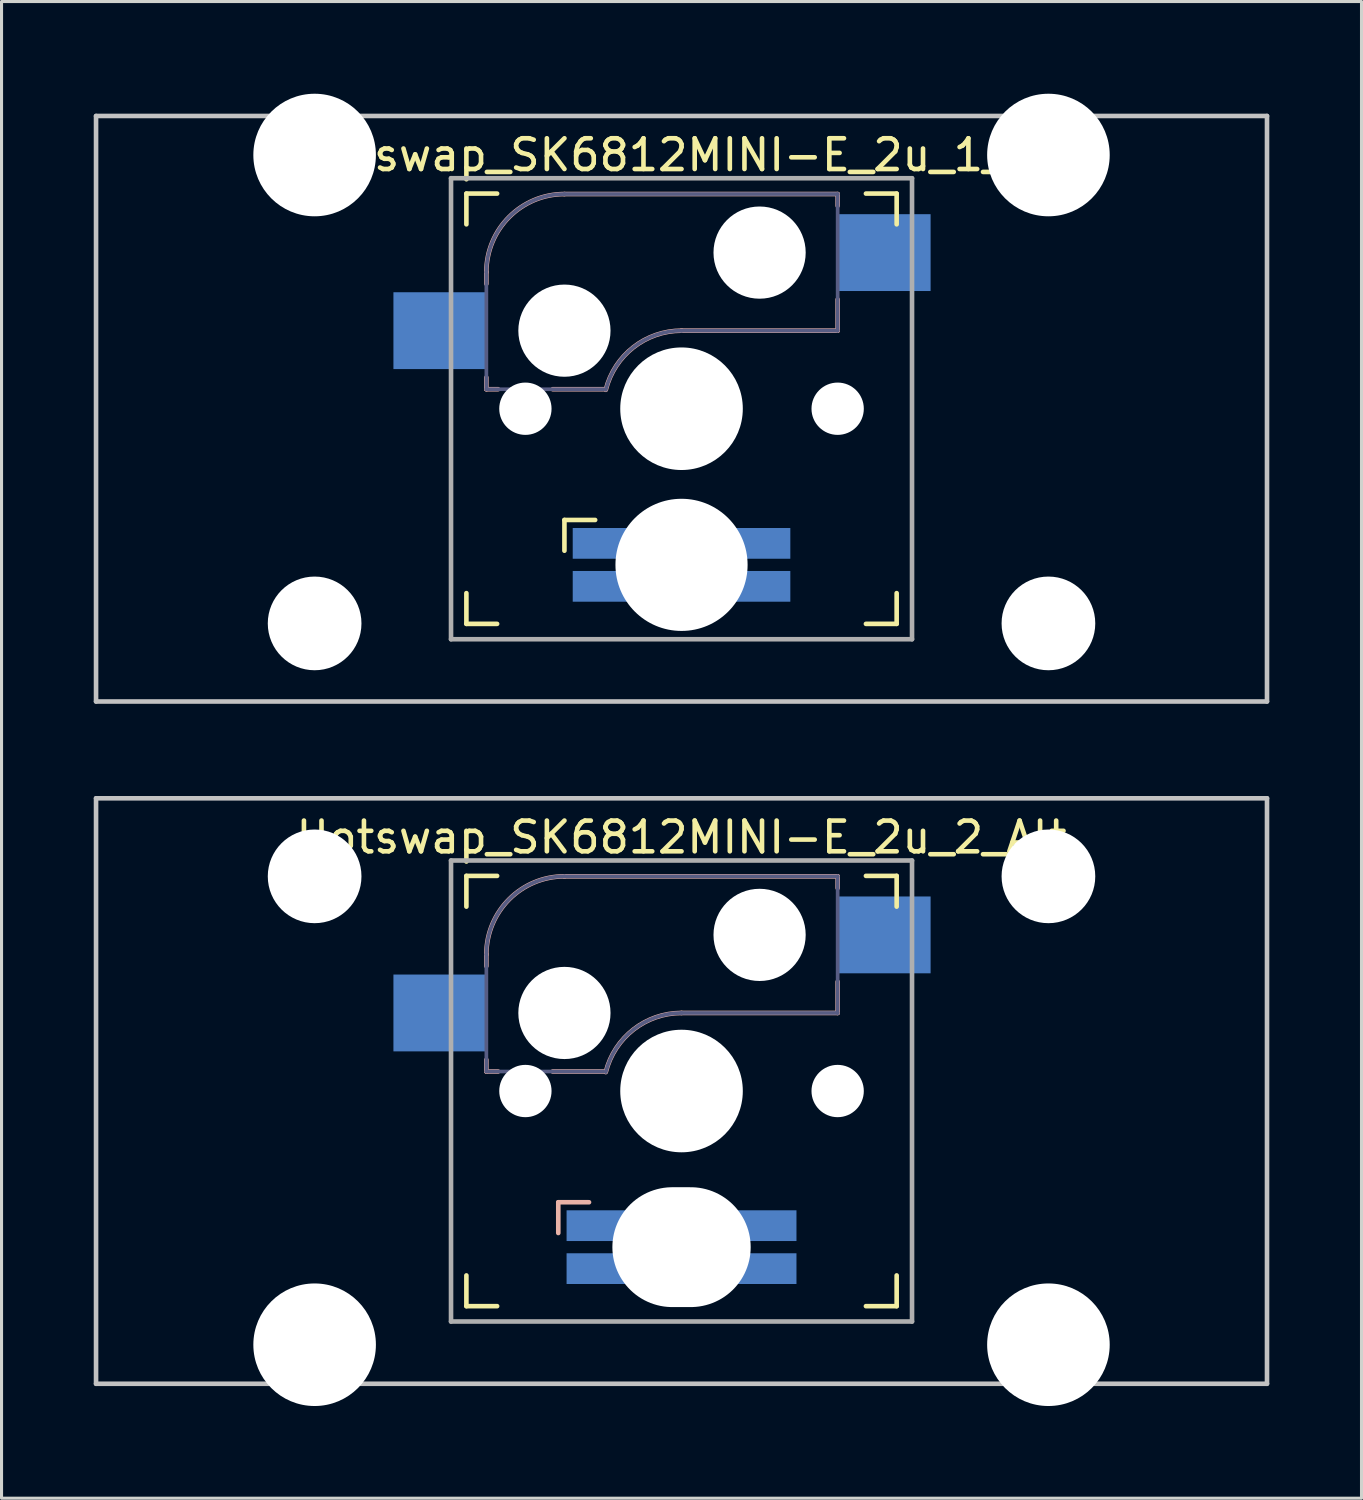
<source format=kicad_pcb>
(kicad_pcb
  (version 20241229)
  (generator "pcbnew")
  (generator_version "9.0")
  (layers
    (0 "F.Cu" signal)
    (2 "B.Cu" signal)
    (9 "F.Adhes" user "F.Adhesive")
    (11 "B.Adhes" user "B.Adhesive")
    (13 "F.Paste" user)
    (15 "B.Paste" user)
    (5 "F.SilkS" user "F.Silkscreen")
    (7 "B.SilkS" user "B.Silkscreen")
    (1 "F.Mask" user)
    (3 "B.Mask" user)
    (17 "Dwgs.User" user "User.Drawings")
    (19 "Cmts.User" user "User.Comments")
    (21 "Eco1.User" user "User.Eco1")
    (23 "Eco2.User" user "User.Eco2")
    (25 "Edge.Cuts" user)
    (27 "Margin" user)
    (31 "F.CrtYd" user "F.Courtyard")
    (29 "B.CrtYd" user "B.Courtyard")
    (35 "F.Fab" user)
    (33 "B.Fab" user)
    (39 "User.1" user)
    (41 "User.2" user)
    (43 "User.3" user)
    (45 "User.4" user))
  (footprint "Hotswap_SK6812MINI-E_2u_1_Alt"
    (layer "F.Cu")
    (at 19.125 10.249)
    (property "Reference" "Hotswap_SK6812MINI-E_2u_1_Alt" (at 0 -8.255 0) (layer "F.SilkS") (effects (font (size 1 1) (thickness 0.15))))
    (attr through_hole)
    (fp_line (start -7 -6) (end -7 -7) (stroke (width 0.15) (type solid)) (layer "F.SilkS"))
    (fp_line (start -7 7) (end -7 6) (stroke (width 0.15) (type solid)) (layer "F.SilkS"))
    (fp_line (start -7 7) (end -6 7) (stroke (width 0.15) (type solid)) (layer "F.SilkS"))
    (fp_line (start -6 -7) (end -7 -7) (stroke (width 0.15) (type solid)) (layer "F.SilkS"))
    (fp_line (start -3.81 4.62) (end -3.81 3.619) (stroke (width 0.15) (type solid)) (layer "F.SilkS"))
    (fp_line (start -2.81 3.619) (end -3.81 3.619) (stroke (width 0.15) (type solid)) (layer "F.SilkS"))
    (fp_line (start 6 7) (end 7 7) (stroke (width 0.15) (type solid)) (layer "F.SilkS"))
    (fp_line (start 7 -7) (end 6 -7) (stroke (width 0.15) (type solid)) (layer "F.SilkS"))
    (fp_line (start 7 -7) (end 7 -6) (stroke (width 0.15) (type solid)) (layer "F.SilkS"))
    (fp_line (start 7 6) (end 7 7) (stroke (width 0.15) (type solid)) (layer "F.SilkS"))
    (fp_line (start -6.35 -4.445) (end -6.35 -4.064) (stroke (width 0.15) (type solid)) (layer "B.SilkS"))
    (fp_line (start -6.35 -1.016) (end -6.35 -0.635) (stroke (width 0.15) (type solid)) (layer "B.SilkS"))
    (fp_line (start -6.35 -0.635) (end -5.969 -0.635) (stroke (width 0.15) (type solid)) (layer "B.SilkS"))
    (fp_line (start -4.191 -0.635) (end -2.54 -0.635) (stroke (width 0.15) (type solid)) (layer "B.SilkS"))
    (fp_line (start 0 -2.54) (end 5.08 -2.54) (stroke (width 0.15) (type solid)) (layer "B.SilkS"))
    (fp_line (start 5.08 -6.985) (end -3.81 -6.985) (stroke (width 0.15) (type solid)) (layer "B.SilkS"))
    (fp_line (start 5.08 -6.604) (end 5.08 -6.985) (stroke (width 0.15) (type solid)) (layer "B.SilkS"))
    (fp_line (start 5.08 -2.54) (end 5.08 -3.556) (stroke (width 0.15) (type solid)) (layer "B.SilkS"))
    (fp_arc (start -6.35 -4.445) (mid -5.606051 -6.241051) (end -3.81 -6.985) (stroke (width 0.15) (type solid)) (layer "B.SilkS"))
    (fp_arc (start -2.464162 -0.61604) (mid -1.563147 -2.002042) (end 0 -2.54) (stroke (width 0.15) (type solid)) (layer "B.SilkS"))
    (fp_line (start -19.05 -9.525) (end 19.05 -9.525) (stroke (width 0.15) (type solid)) (layer "Dwgs.User"))
    (fp_line (start -19.05 9.525) (end -19.05 -9.525) (stroke (width 0.15) (type solid)) (layer "Dwgs.User"))
    (fp_line (start 19.05 -9.525) (end 19.05 9.525) (stroke (width 0.15) (type solid)) (layer "Dwgs.User"))
    (fp_line (start 19.05 9.525) (end -19.05 9.525) (stroke (width 0.15) (type solid)) (layer "Dwgs.User"))
    (fp_line (start -13.589 -6.096) (end -13.589 5.334) (stroke (width 0.152) (type solid)) (layer "Eco2.User"))
    (fp_line (start -13.589 5.334) (end -10.287 5.334) (stroke (width 0.152) (type solid)) (layer "Eco2.User"))
    (fp_line (start -10.287 -6.096) (end -13.589 -6.096) (stroke (width 0.152) (type solid)) (layer "Eco2.User"))
    (fp_line (start -10.287 5.334) (end -10.287 -6.096) (stroke (width 0.152) (type solid)) (layer "Eco2.User"))
    (fp_line (start -6.9 6.9) (end -6.9 -6.9) (stroke (width 0.15) (type solid)) (layer "Eco2.User"))
    (fp_line (start -6.9 6.9) (end 6.9 6.9) (stroke (width 0.15) (type solid)) (layer "Eco2.User"))
    (fp_line (start 6.9 -6.9) (end -6.9 -6.9) (stroke (width 0.15) (type solid)) (layer "Eco2.User"))
    (fp_line (start 6.9 -6.9) (end 6.9 6.9) (stroke (width 0.15) (type solid)) (layer "Eco2.User"))
    (fp_line (start 10.287 -6.096) (end 10.287 5.334) (stroke (width 0.152) (type solid)) (layer "Eco2.User"))
    (fp_line (start 10.287 5.334) (end 13.589 5.334) (stroke (width 0.152) (type solid)) (layer "Eco2.User"))
    (fp_line (start 13.589 -6.096) (end 10.287 -6.096) (stroke (width 0.152) (type solid)) (layer "Eco2.User"))
    (fp_line (start 13.589 5.334) (end 13.589 -6.096) (stroke (width 0.152) (type solid)) (layer "Eco2.User"))
    (fp_line (start -6.35 -4.445) (end -6.35 -0.635) (stroke (width 0.12) (type solid)) (layer "B.Fab"))
    (fp_line (start -6.35 -0.635) (end -2.54 -0.635) (stroke (width 0.12) (type solid)) (layer "B.Fab"))
    (fp_line (start 0 -2.54) (end 5.08 -2.54) (stroke (width 0.12) (type solid)) (layer "B.Fab"))
    (fp_line (start 5.08 -6.985) (end -3.81 -6.985) (stroke (width 0.12) (type solid)) (layer "B.Fab"))
    (fp_line (start 5.08 -2.54) (end 5.08 -6.985) (stroke (width 0.12) (type solid)) (layer "B.Fab"))
    (fp_arc (start -6.35 -4.445) (mid -5.606051 -6.241051) (end -3.81 -6.985) (stroke (width 0.12) (type solid)) (layer "B.Fab"))
    (fp_arc (start -2.464162 -0.61604) (mid -1.563147 -2.002042) (end 0 -2.54) (stroke (width 0.12) (type solid)) (layer "B.Fab"))
    (fp_line (start -7.5 -7.5) (end 7.5 -7.5) (stroke (width 0.15) (type solid)) (layer "F.Fab"))
    (fp_line (start -7.5 7.5) (end -7.5 -7.5) (stroke (width 0.15) (type solid)) (layer "F.Fab"))
    (fp_line (start 7.5 -7.5) (end 7.5 7.5) (stroke (width 0.15) (type solid)) (layer "F.Fab"))
    (fp_line (start 7.5 7.5) (end -7.5 7.5) (stroke (width 0.15) (type solid)) (layer "F.Fab"))
    (pad "" np_thru_hole circle (at -11.938 -8.255 180) (size 3.988 3.988) (drill 3.988) (layers "*.Cu" "*.Mask"))
    (pad "" np_thru_hole circle (at -11.938 6.985 180) (size 3.048 3.048) (drill 3.048) (layers "*.Cu" "*.Mask"))
    (pad "" np_thru_hole circle (at -5.08 0 180) (size 1.702 1.702) (drill 1.702) (layers "*.Cu" "*.Mask"))
    (pad "" np_thru_hole circle (at -3.81 -2.54 180) (size 3 3) (drill 3) (layers "*.Cu" "*.Mask"))
    (pad "" np_thru_hole circle (at 0 0 180) (size 3.988 3.988) (drill 3.988) (layers "*.Cu" "*.Mask"))
    (pad "" np_thru_hole circle (at 0 5.08 180) (size 4.3 4.3) (drill 4.3) (layers "*.Cu" "*.Mask"))
    (pad "" np_thru_hole circle (at 2.54 -5.08 180) (size 3 3) (drill 3) (layers "*.Cu" "*.Mask"))
    (pad "" np_thru_hole circle (at 5.08 0 180) (size 1.702 1.702) (drill 1.702) (layers "*.Cu" "*.Mask"))
    (pad "" np_thru_hole circle (at 11.938 -8.255 180) (size 3.988 3.988) (drill 3.988) (layers "*.Cu" "*.Mask"))
    (pad "" np_thru_hole circle (at 11.938 6.985 180) (size 3.048 3.048) (drill 3.048) (layers "*.Cu" "*.Mask"))
    (pad "1" smd rect (at -7.874 -2.54 180) (size 3 2.5) (layers "B.Cu" "B.Mask"))
    (pad "2" smd rect (at 6.604 -5.08 180) (size 3 2.5) (layers "B.Cu" "B.Mask"))
    (pad "DIN" smd rect (at -2.54 5.779 270) (size 1 2) (layers "B.Cu" "B.Mask"))
    (pad "DOUT" smd rect (at 2.54 4.381 270) (size 1 2) (layers "B.Cu" "B.Mask"))
    (pad "GND" smd rect (at -2.54 4.381 270) (size 1 2) (layers "B.Cu" "B.Mask"))
    (pad "VDD" smd rect (at 2.54 5.779 270) (size 1 2) (layers "B.Cu" "B.Mask")))
  (footprint "Hotswap_SK6812MINI-E_2u_2_Alt"
    (layer "F.Cu")
    (at 19.125 32.449)
    (property "Reference" "Hotswap_SK6812MINI-E_2u_2_Alt" (at 0 -8.255 0) (layer "F.SilkS") (effects (font (size 1 1) (thickness 0.15))))
    (attr through_hole)
    (fp_line (start -7 -6) (end -7 -7) (stroke (width 0.15) (type solid)) (layer "F.SilkS"))
    (fp_line (start -7 7) (end -7 6) (stroke (width 0.15) (type solid)) (layer "F.SilkS"))
    (fp_line (start -7 7) (end -6 7) (stroke (width 0.15) (type solid)) (layer "F.SilkS"))
    (fp_line (start -6 -7) (end -7 -7) (stroke (width 0.15) (type solid)) (layer "F.SilkS"))
    (fp_line (start 6 7) (end 7 7) (stroke (width 0.15) (type solid)) (layer "F.SilkS"))
    (fp_line (start 7 -7) (end 6 -7) (stroke (width 0.15) (type solid)) (layer "F.SilkS"))
    (fp_line (start 7 -7) (end 7 -6) (stroke (width 0.15) (type solid)) (layer "F.SilkS"))
    (fp_line (start 7 6) (end 7 7) (stroke (width 0.15) (type solid)) (layer "F.SilkS"))
    (fp_line (start -6.35 -4.445) (end -6.35 -4.064) (stroke (width 0.15) (type solid)) (layer "B.SilkS"))
    (fp_line (start -6.35 -1.016) (end -6.35 -0.635) (stroke (width 0.15) (type solid)) (layer "B.SilkS"))
    (fp_line (start -6.35 -0.635) (end -5.969 -0.635) (stroke (width 0.15) (type solid)) (layer "B.SilkS"))
    (fp_line (start -4.191 -0.635) (end -2.54 -0.635) (stroke (width 0.15) (type solid)) (layer "B.SilkS"))
    (fp_line (start -4.01 4.62) (end -4.01 3.619) (stroke (width 0.15) (type solid)) (layer "B.SilkS"))
    (fp_line (start -3.01 3.619) (end -4.01 3.619) (stroke (width 0.15) (type solid)) (layer "B.SilkS"))
    (fp_line (start 0 -2.54) (end 5.08 -2.54) (stroke (width 0.15) (type solid)) (layer "B.SilkS"))
    (fp_line (start 5.08 -6.985) (end -3.81 -6.985) (stroke (width 0.15) (type solid)) (layer "B.SilkS"))
    (fp_line (start 5.08 -6.604) (end 5.08 -6.985) (stroke (width 0.15) (type solid)) (layer "B.SilkS"))
    (fp_line (start 5.08 -2.54) (end 5.08 -3.556) (stroke (width 0.15) (type solid)) (layer "B.SilkS"))
    (fp_arc (start -6.35 -4.445) (mid -5.606051 -6.241051) (end -3.81 -6.985) (stroke (width 0.15) (type solid)) (layer "B.SilkS"))
    (fp_arc (start -2.464162 -0.61604) (mid -1.563147 -2.002042) (end 0 -2.54) (stroke (width 0.15) (type solid)) (layer "B.SilkS"))
    (fp_line (start -19.05 -9.525) (end 19.05 -9.525) (stroke (width 0.15) (type solid)) (layer "Dwgs.User"))
    (fp_line (start -19.05 9.525) (end -19.05 -9.525) (stroke (width 0.15) (type solid)) (layer "Dwgs.User"))
    (fp_line (start -19.05 9.525) (end 19.05 9.525) (stroke (width 0.15) (type solid)) (layer "Dwgs.User"))
    (fp_line (start 19.05 -9.525) (end 19.05 9.525) (stroke (width 0.15) (type solid)) (layer "Dwgs.User"))
    (fp_line (start -13.589 -5.334) (end -13.589 6.096) (stroke (width 0.152) (type solid)) (layer "Eco2.User"))
    (fp_line (start -13.589 6.096) (end -10.287 6.096) (stroke (width 0.152) (type solid)) (layer "Eco2.User"))
    (fp_line (start -10.287 -5.334) (end -13.589 -5.334) (stroke (width 0.152) (type solid)) (layer "Eco2.User"))
    (fp_line (start -10.287 6.096) (end -10.287 -5.334) (stroke (width 0.152) (type solid)) (layer "Eco2.User"))
    (fp_line (start -6.9 6.9) (end -6.9 -6.9) (stroke (width 0.15) (type solid)) (layer "Eco2.User"))
    (fp_line (start -6.9 6.9) (end 6.9 6.9) (stroke (width 0.15) (type solid)) (layer "Eco2.User"))
    (fp_line (start 6.9 -6.9) (end -6.9 -6.9) (stroke (width 0.15) (type solid)) (layer "Eco2.User"))
    (fp_line (start 6.9 -6.9) (end 6.9 6.9) (stroke (width 0.15) (type solid)) (layer "Eco2.User"))
    (fp_line (start 10.287 -5.334) (end 10.287 6.096) (stroke (width 0.152) (type solid)) (layer "Eco2.User"))
    (fp_line (start 10.287 6.096) (end 13.589 6.096) (stroke (width 0.152) (type solid)) (layer "Eco2.User"))
    (fp_line (start 13.589 -5.334) (end 10.287 -5.334) (stroke (width 0.152) (type solid)) (layer "Eco2.User"))
    (fp_line (start 13.589 6.096) (end 13.589 -5.334) (stroke (width 0.152) (type solid)) (layer "Eco2.User"))
    (fp_line (start -6.35 -4.445) (end -6.35 -0.635) (stroke (width 0.12) (type solid)) (layer "B.Fab"))
    (fp_line (start -6.35 -0.635) (end -2.54 -0.635) (stroke (width 0.12) (type solid)) (layer "B.Fab"))
    (fp_line (start 0 -2.54) (end 5.08 -2.54) (stroke (width 0.12) (type solid)) (layer "B.Fab"))
    (fp_line (start 5.08 -6.985) (end -3.81 -6.985) (stroke (width 0.12) (type solid)) (layer "B.Fab"))
    (fp_line (start 5.08 -2.54) (end 5.08 -6.985) (stroke (width 0.12) (type solid)) (layer "B.Fab"))
    (fp_arc (start -6.35 -4.445) (mid -5.606051 -6.241051) (end -3.81 -6.985) (stroke (width 0.12) (type solid)) (layer "B.Fab"))
    (fp_arc (start -2.464162 -0.61604) (mid -1.563147 -2.002042) (end 0 -2.54) (stroke (width 0.12) (type solid)) (layer "B.Fab"))
    (fp_line (start -7.5 -7.5) (end 7.5 -7.5) (stroke (width 0.15) (type solid)) (layer "F.Fab"))
    (fp_line (start -7.5 7.5) (end -7.5 -7.5) (stroke (width 0.15) (type solid)) (layer "F.Fab"))
    (fp_line (start 7.5 -7.5) (end 7.5 7.5) (stroke (width 0.15) (type solid)) (layer "F.Fab"))
    (fp_line (start 7.5 7.5) (end -7.5 7.5) (stroke (width 0.15) (type solid)) (layer "F.Fab"))
    (pad "" np_thru_hole circle (at -11.938 -6.985) (size 3.048 3.048) (drill 3.048) (layers "*.Cu" "*.Mask"))
    (pad "" np_thru_hole circle (at -11.938 8.255) (size 3.988 3.988) (drill 3.988) (layers "*.Cu" "*.Mask"))
    (pad "" np_thru_hole circle (at -5.08 0 180) (size 1.702 1.702) (drill 1.702) (layers "*.Cu" "*.Mask"))
    (pad "" np_thru_hole circle (at -3.81 -2.54 180) (size 3 3) (drill 3) (layers "*.Cu" "*.Mask"))
    (pad "" np_thru_hole circle (at 0 0 180) (size 3.988 3.988) (drill 3.988) (layers "*.Cu" "*.Mask"))
    (pad "" np_thru_hole oval (at 0 5.08 180) (size 4.5 3.9) (drill oval 4.5 3.9) (layers "*.Cu" "*.Mask"))
    (pad "" np_thru_hole circle (at 2.54 -5.08 180) (size 3 3) (drill 3) (layers "*.Cu" "*.Mask"))
    (pad "" np_thru_hole circle (at 5.08 0 180) (size 1.702 1.702) (drill 1.702) (layers "*.Cu" "*.Mask"))
    (pad "" np_thru_hole circle (at 11.938 -6.985) (size 3.048 3.048) (drill 3.048) (layers "*.Cu" "*.Mask"))
    (pad "" np_thru_hole circle (at 11.938 8.255) (size 3.988 3.988) (drill 3.988) (layers "*.Cu" "*.Mask"))
    (pad "1" smd rect (at -7.874 -2.54 180) (size 3 2.5) (layers "B.Cu" "B.Mask"))
    (pad "2" smd rect (at 6.604 -5.08 180) (size 3 2.5) (layers "B.Cu" "B.Mask"))
    (pad "DIN" smd rect (at -2.74 5.779 270) (size 1 2) (layers "B.Cu" "B.Mask"))
    (pad "DOUT" smd rect (at 2.74 4.381 270) (size 1 2) (layers "B.Cu" "B.Mask"))
    (pad "GND" smd rect (at -2.74 4.381 270) (size 1 2) (layers "B.Cu" "B.Mask"))
    (pad "VDD" smd rect (at 2.74 5.779 270) (size 1 2) (layers "B.Cu" "B.Mask")))
  (gr_rect
    (start -3 -3)
    (end 41.25 45.698)
    (stroke (width 0.1) (type default))
    (fill no)
    (layer "Edge.Cuts")))
</source>
